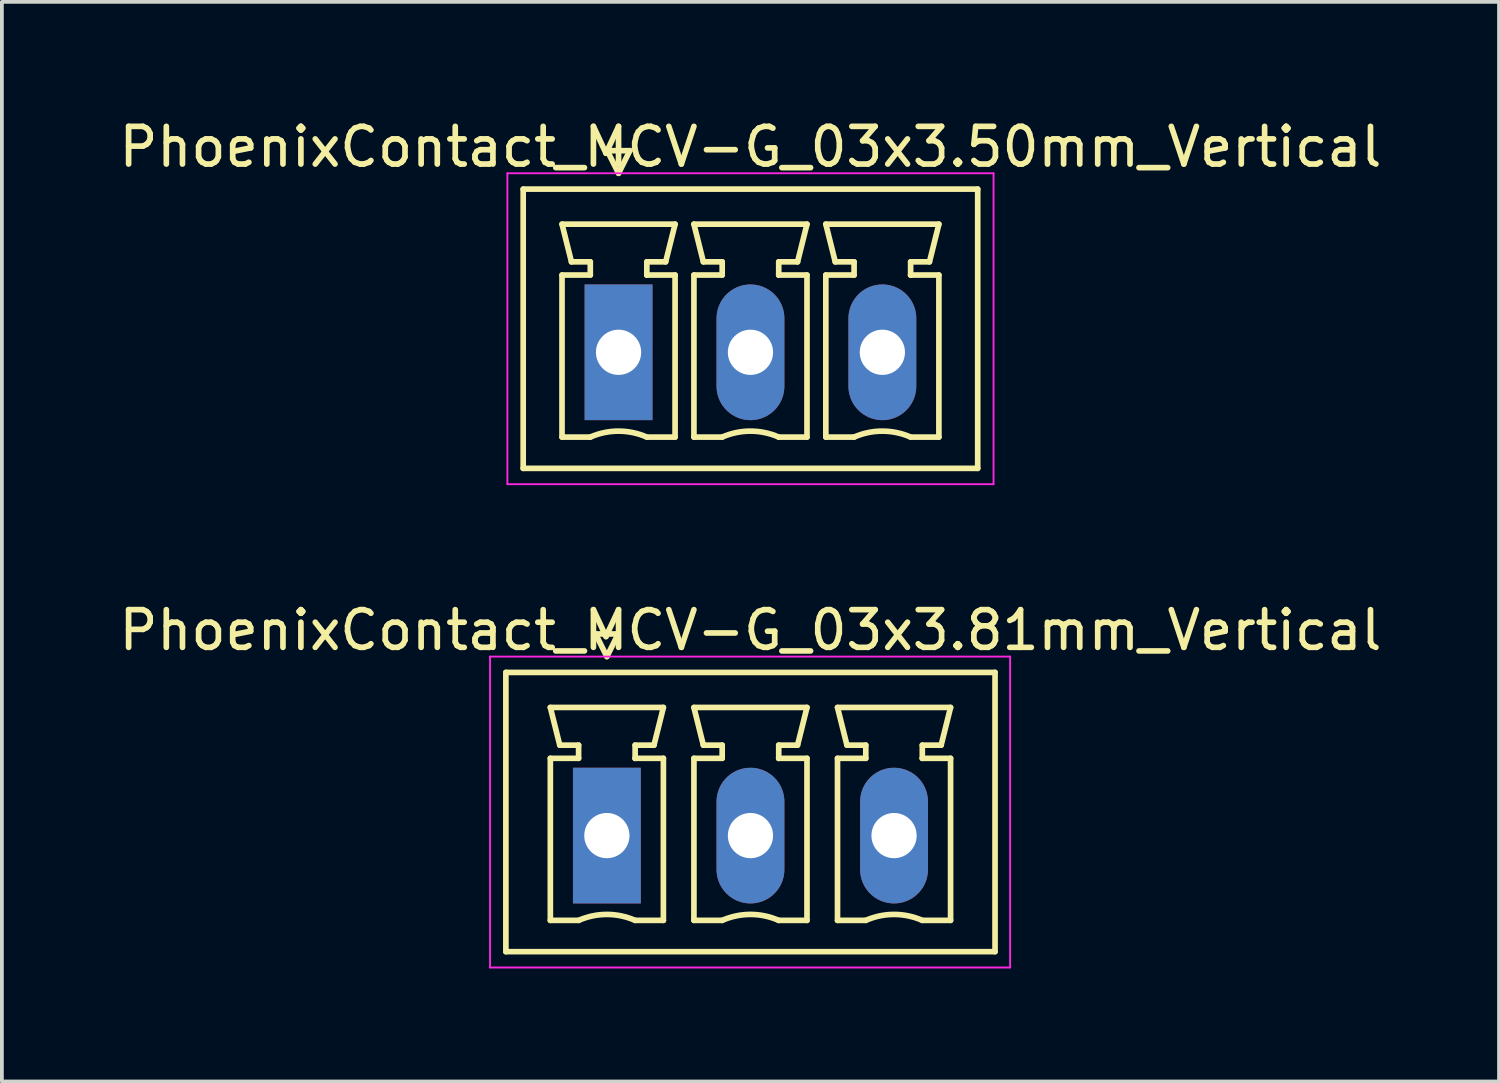
<source format=kicad_pcb>
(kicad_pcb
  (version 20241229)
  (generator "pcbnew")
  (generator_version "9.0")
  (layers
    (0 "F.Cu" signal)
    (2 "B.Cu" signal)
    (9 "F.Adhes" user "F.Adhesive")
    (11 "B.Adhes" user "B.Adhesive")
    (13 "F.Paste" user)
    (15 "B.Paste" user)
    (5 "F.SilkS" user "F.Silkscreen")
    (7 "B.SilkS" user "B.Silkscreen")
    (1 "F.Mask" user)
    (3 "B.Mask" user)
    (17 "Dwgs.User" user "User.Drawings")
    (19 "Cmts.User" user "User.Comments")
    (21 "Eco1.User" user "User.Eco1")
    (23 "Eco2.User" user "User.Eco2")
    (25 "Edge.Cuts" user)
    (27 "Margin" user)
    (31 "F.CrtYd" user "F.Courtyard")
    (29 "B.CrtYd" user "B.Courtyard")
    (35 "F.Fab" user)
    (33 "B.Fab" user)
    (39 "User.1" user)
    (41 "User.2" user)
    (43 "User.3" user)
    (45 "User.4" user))
  (footprint "PhoenixContact_MCV-G_03x3.81mm_Vertical"
    (layer "F.Cu")
    (at 13.053 19.122)
    (property "Reference" "PhoenixContact_MCV-G_03x3.81mm_Vertical" (at 3.81 -5.45 0) (layer "F.SilkS") (effects (font (size 1 1) (thickness 0.15))))
    (attr through_hole)
    (fp_line (start -2.68 -4.33) (end -2.68 3.08) (stroke (width 0.15) (type solid)) (layer "F.SilkS"))
    (fp_line (start -2.68 3.08) (end 10.3 3.08) (stroke (width 0.15) (type solid)) (layer "F.SilkS"))
    (fp_line (start -1.5 -3.4) (end 1.5 -3.4) (stroke (width 0.15) (type solid)) (layer "F.SilkS"))
    (fp_line (start -1.5 -2.05) (end -0.75 -2.05) (stroke (width 0.15) (type solid)) (layer "F.SilkS"))
    (fp_line (start -1.5 2.25) (end -1.5 -2.05) (stroke (width 0.15) (type solid)) (layer "F.SilkS"))
    (fp_line (start -1.25 -2.4) (end -1.5 -3.4) (stroke (width 0.15) (type solid)) (layer "F.SilkS"))
    (fp_line (start -0.75 -2.4) (end -1.25 -2.4) (stroke (width 0.15) (type solid)) (layer "F.SilkS"))
    (fp_line (start -0.75 -2.05) (end -0.75 -2.4) (stroke (width 0.15) (type solid)) (layer "F.SilkS"))
    (fp_line (start -0.75 2.25) (end -1.5 2.25) (stroke (width 0.15) (type solid)) (layer "F.SilkS"))
    (fp_line (start -0.3 -5.35) (end 0 -4.75) (stroke (width 0.15) (type solid)) (layer "F.SilkS"))
    (fp_line (start 0 -4.75) (end 0.3 -5.35) (stroke (width 0.15) (type solid)) (layer "F.SilkS"))
    (fp_line (start 0.3 -5.35) (end -0.3 -5.35) (stroke (width 0.15) (type solid)) (layer "F.SilkS"))
    (fp_line (start 0.75 -2.4) (end 0.75 -2.05) (stroke (width 0.15) (type solid)) (layer "F.SilkS"))
    (fp_line (start 0.75 -2.05) (end 0.75 -2.05) (stroke (width 0.15) (type solid)) (layer "F.SilkS"))
    (fp_line (start 0.75 -2.05) (end 1.5 -2.05) (stroke (width 0.15) (type solid)) (layer "F.SilkS"))
    (fp_line (start 1.25 -2.4) (end 0.75 -2.4) (stroke (width 0.15) (type solid)) (layer "F.SilkS"))
    (fp_line (start 1.5 -3.4) (end 1.25 -2.4) (stroke (width 0.15) (type solid)) (layer "F.SilkS"))
    (fp_line (start 1.5 -2.05) (end 1.5 2.25) (stroke (width 0.15) (type solid)) (layer "F.SilkS"))
    (fp_line (start 1.5 2.25) (end 0.75 2.25) (stroke (width 0.15) (type solid)) (layer "F.SilkS"))
    (fp_line (start 2.31 -3.4) (end 5.31 -3.4) (stroke (width 0.15) (type solid)) (layer "F.SilkS"))
    (fp_line (start 2.31 -2.05) (end 3.06 -2.05) (stroke (width 0.15) (type solid)) (layer "F.SilkS"))
    (fp_line (start 2.31 2.25) (end 2.31 -2.05) (stroke (width 0.15) (type solid)) (layer "F.SilkS"))
    (fp_line (start 2.56 -2.4) (end 2.31 -3.4) (stroke (width 0.15) (type solid)) (layer "F.SilkS"))
    (fp_line (start 3.06 -2.4) (end 2.56 -2.4) (stroke (width 0.15) (type solid)) (layer "F.SilkS"))
    (fp_line (start 3.06 -2.05) (end 3.06 -2.4) (stroke (width 0.15) (type solid)) (layer "F.SilkS"))
    (fp_line (start 3.06 2.25) (end 2.31 2.25) (stroke (width 0.15) (type solid)) (layer "F.SilkS"))
    (fp_line (start 4.56 -2.4) (end 4.56 -2.05) (stroke (width 0.15) (type solid)) (layer "F.SilkS"))
    (fp_line (start 4.56 -2.05) (end 4.56 -2.05) (stroke (width 0.15) (type solid)) (layer "F.SilkS"))
    (fp_line (start 4.56 -2.05) (end 5.31 -2.05) (stroke (width 0.15) (type solid)) (layer "F.SilkS"))
    (fp_line (start 5.06 -2.4) (end 4.56 -2.4) (stroke (width 0.15) (type solid)) (layer "F.SilkS"))
    (fp_line (start 5.31 -3.4) (end 5.06 -2.4) (stroke (width 0.15) (type solid)) (layer "F.SilkS"))
    (fp_line (start 5.31 -2.05) (end 5.31 2.25) (stroke (width 0.15) (type solid)) (layer "F.SilkS"))
    (fp_line (start 5.31 2.25) (end 4.56 2.25) (stroke (width 0.15) (type solid)) (layer "F.SilkS"))
    (fp_line (start 6.12 -3.4) (end 9.12 -3.4) (stroke (width 0.15) (type solid)) (layer "F.SilkS"))
    (fp_line (start 6.12 -2.05) (end 6.87 -2.05) (stroke (width 0.15) (type solid)) (layer "F.SilkS"))
    (fp_line (start 6.12 2.25) (end 6.12 -2.05) (stroke (width 0.15) (type solid)) (layer "F.SilkS"))
    (fp_line (start 6.37 -2.4) (end 6.12 -3.4) (stroke (width 0.15) (type solid)) (layer "F.SilkS"))
    (fp_line (start 6.87 -2.4) (end 6.37 -2.4) (stroke (width 0.15) (type solid)) (layer "F.SilkS"))
    (fp_line (start 6.87 -2.05) (end 6.87 -2.4) (stroke (width 0.15) (type solid)) (layer "F.SilkS"))
    (fp_line (start 6.87 2.25) (end 6.12 2.25) (stroke (width 0.15) (type solid)) (layer "F.SilkS"))
    (fp_line (start 8.37 -2.4) (end 8.37 -2.05) (stroke (width 0.15) (type solid)) (layer "F.SilkS"))
    (fp_line (start 8.37 -2.05) (end 8.37 -2.05) (stroke (width 0.15) (type solid)) (layer "F.SilkS"))
    (fp_line (start 8.37 -2.05) (end 9.12 -2.05) (stroke (width 0.15) (type solid)) (layer "F.SilkS"))
    (fp_line (start 8.87 -2.4) (end 8.37 -2.4) (stroke (width 0.15) (type solid)) (layer "F.SilkS"))
    (fp_line (start 9.12 -3.4) (end 8.87 -2.4) (stroke (width 0.15) (type solid)) (layer "F.SilkS"))
    (fp_line (start 9.12 -2.05) (end 9.12 2.25) (stroke (width 0.15) (type solid)) (layer "F.SilkS"))
    (fp_line (start 9.12 2.25) (end 8.37 2.25) (stroke (width 0.15) (type solid)) (layer "F.SilkS"))
    (fp_line (start 10.3 -4.33) (end -2.68 -4.33) (stroke (width 0.15) (type solid)) (layer "F.SilkS"))
    (fp_line (start 10.3 3.08) (end 10.3 -4.33) (stroke (width 0.15) (type solid)) (layer "F.SilkS"))
    (fp_arc (start -0.75 2.25) (mid -0.000193 2.09191) (end 0.749647 2.249844) (stroke (width 0.15) (type solid)) (layer "F.SilkS"))
    (fp_arc (start 3.06 2.25) (mid 3.809807 2.09191) (end 4.559647 2.249844) (stroke (width 0.15) (type solid)) (layer "F.SilkS"))
    (fp_arc (start 6.87 2.25) (mid 7.619807 2.09191) (end 8.369647 2.249844) (stroke (width 0.15) (type solid)) (layer "F.SilkS"))
    (fp_line (start -3.1 -4.75) (end -3.1 3.5) (stroke (width 0.05) (type solid)) (layer "F.CrtYd"))
    (fp_line (start -3.1 3.5) (end 10.7 3.5) (stroke (width 0.05) (type solid)) (layer "F.CrtYd"))
    (fp_line (start 10.7 -4.75) (end -3.1 -4.75) (stroke (width 0.05) (type solid)) (layer "F.CrtYd"))
    (fp_line (start 10.7 3.5) (end 10.7 -4.75) (stroke (width 0.05) (type solid)) (layer "F.CrtYd"))
    (pad "1" thru_hole rect (at 0 0) (size 1.8 3.6) (drill 1.2) (layers "*.Cu" "*.Mask"))
    (pad "2" thru_hole oval (at 3.81 0) (size 1.8 3.6) (drill 1.2) (layers "*.Cu" "*.Mask"))
    (pad "3" thru_hole oval (at 7.62 0) (size 1.8 3.6) (drill 1.2) (layers "*.Cu" "*.Mask")))
  (footprint "PhoenixContact_MCV-G_03x3.50mm_Vertical"
    (layer "F.Cu")
    (at 13.363 6.298)
    (property "Reference" "PhoenixContact_MCV-G_03x3.50mm_Vertical" (at 3.5 -5.45 0) (layer "F.SilkS") (effects (font (size 1 1) (thickness 0.15))))
    (attr through_hole)
    (fp_line (start -2.53 -4.33) (end -2.53 3.08) (stroke (width 0.15) (type solid)) (layer "F.SilkS"))
    (fp_line (start -2.53 3.08) (end 9.53 3.08) (stroke (width 0.15) (type solid)) (layer "F.SilkS"))
    (fp_line (start -1.5 -3.4) (end 1.5 -3.4) (stroke (width 0.15) (type solid)) (layer "F.SilkS"))
    (fp_line (start -1.5 -2.05) (end -0.75 -2.05) (stroke (width 0.15) (type solid)) (layer "F.SilkS"))
    (fp_line (start -1.5 2.25) (end -1.5 -2.05) (stroke (width 0.15) (type solid)) (layer "F.SilkS"))
    (fp_line (start -1.25 -2.4) (end -1.5 -3.4) (stroke (width 0.15) (type solid)) (layer "F.SilkS"))
    (fp_line (start -0.75 -2.4) (end -1.25 -2.4) (stroke (width 0.15) (type solid)) (layer "F.SilkS"))
    (fp_line (start -0.75 -2.05) (end -0.75 -2.4) (stroke (width 0.15) (type solid)) (layer "F.SilkS"))
    (fp_line (start -0.75 2.25) (end -1.5 2.25) (stroke (width 0.15) (type solid)) (layer "F.SilkS"))
    (fp_line (start -0.3 -5.35) (end 0 -4.75) (stroke (width 0.15) (type solid)) (layer "F.SilkS"))
    (fp_line (start 0 -4.75) (end 0.3 -5.35) (stroke (width 0.15) (type solid)) (layer "F.SilkS"))
    (fp_line (start 0.3 -5.35) (end -0.3 -5.35) (stroke (width 0.15) (type solid)) (layer "F.SilkS"))
    (fp_line (start 0.75 -2.4) (end 0.75 -2.05) (stroke (width 0.15) (type solid)) (layer "F.SilkS"))
    (fp_line (start 0.75 -2.05) (end 0.75 -2.05) (stroke (width 0.15) (type solid)) (layer "F.SilkS"))
    (fp_line (start 0.75 -2.05) (end 1.5 -2.05) (stroke (width 0.15) (type solid)) (layer "F.SilkS"))
    (fp_line (start 1.25 -2.4) (end 0.75 -2.4) (stroke (width 0.15) (type solid)) (layer "F.SilkS"))
    (fp_line (start 1.5 -3.4) (end 1.25 -2.4) (stroke (width 0.15) (type solid)) (layer "F.SilkS"))
    (fp_line (start 1.5 -2.05) (end 1.5 2.25) (stroke (width 0.15) (type solid)) (layer "F.SilkS"))
    (fp_line (start 1.5 2.25) (end 0.75 2.25) (stroke (width 0.15) (type solid)) (layer "F.SilkS"))
    (fp_line (start 2 -3.4) (end 5 -3.4) (stroke (width 0.15) (type solid)) (layer "F.SilkS"))
    (fp_line (start 2 -2.05) (end 2.75 -2.05) (stroke (width 0.15) (type solid)) (layer "F.SilkS"))
    (fp_line (start 2 2.25) (end 2 -2.05) (stroke (width 0.15) (type solid)) (layer "F.SilkS"))
    (fp_line (start 2.25 -2.4) (end 2 -3.4) (stroke (width 0.15) (type solid)) (layer "F.SilkS"))
    (fp_line (start 2.75 -2.4) (end 2.25 -2.4) (stroke (width 0.15) (type solid)) (layer "F.SilkS"))
    (fp_line (start 2.75 -2.05) (end 2.75 -2.4) (stroke (width 0.15) (type solid)) (layer "F.SilkS"))
    (fp_line (start 2.75 2.25) (end 2 2.25) (stroke (width 0.15) (type solid)) (layer "F.SilkS"))
    (fp_line (start 4.25 -2.4) (end 4.25 -2.05) (stroke (width 0.15) (type solid)) (layer "F.SilkS"))
    (fp_line (start 4.25 -2.05) (end 4.25 -2.05) (stroke (width 0.15) (type solid)) (layer "F.SilkS"))
    (fp_line (start 4.25 -2.05) (end 5 -2.05) (stroke (width 0.15) (type solid)) (layer "F.SilkS"))
    (fp_line (start 4.75 -2.4) (end 4.25 -2.4) (stroke (width 0.15) (type solid)) (layer "F.SilkS"))
    (fp_line (start 5 -3.4) (end 4.75 -2.4) (stroke (width 0.15) (type solid)) (layer "F.SilkS"))
    (fp_line (start 5 -2.05) (end 5 2.25) (stroke (width 0.15) (type solid)) (layer "F.SilkS"))
    (fp_line (start 5 2.25) (end 4.25 2.25) (stroke (width 0.15) (type solid)) (layer "F.SilkS"))
    (fp_line (start 5.5 -3.4) (end 8.5 -3.4) (stroke (width 0.15) (type solid)) (layer "F.SilkS"))
    (fp_line (start 5.5 -2.05) (end 6.25 -2.05) (stroke (width 0.15) (type solid)) (layer "F.SilkS"))
    (fp_line (start 5.5 2.25) (end 5.5 -2.05) (stroke (width 0.15) (type solid)) (layer "F.SilkS"))
    (fp_line (start 5.75 -2.4) (end 5.5 -3.4) (stroke (width 0.15) (type solid)) (layer "F.SilkS"))
    (fp_line (start 6.25 -2.4) (end 5.75 -2.4) (stroke (width 0.15) (type solid)) (layer "F.SilkS"))
    (fp_line (start 6.25 -2.05) (end 6.25 -2.4) (stroke (width 0.15) (type solid)) (layer "F.SilkS"))
    (fp_line (start 6.25 2.25) (end 5.5 2.25) (stroke (width 0.15) (type solid)) (layer "F.SilkS"))
    (fp_line (start 7.75 -2.4) (end 7.75 -2.05) (stroke (width 0.15) (type solid)) (layer "F.SilkS"))
    (fp_line (start 7.75 -2.05) (end 7.75 -2.05) (stroke (width 0.15) (type solid)) (layer "F.SilkS"))
    (fp_line (start 7.75 -2.05) (end 8.5 -2.05) (stroke (width 0.15) (type solid)) (layer "F.SilkS"))
    (fp_line (start 8.25 -2.4) (end 7.75 -2.4) (stroke (width 0.15) (type solid)) (layer "F.SilkS"))
    (fp_line (start 8.5 -3.4) (end 8.25 -2.4) (stroke (width 0.15) (type solid)) (layer "F.SilkS"))
    (fp_line (start 8.5 -2.05) (end 8.5 2.25) (stroke (width 0.15) (type solid)) (layer "F.SilkS"))
    (fp_line (start 8.5 2.25) (end 7.75 2.25) (stroke (width 0.15) (type solid)) (layer "F.SilkS"))
    (fp_line (start 9.53 -4.33) (end -2.53 -4.33) (stroke (width 0.15) (type solid)) (layer "F.SilkS"))
    (fp_line (start 9.53 3.08) (end 9.53 -4.33) (stroke (width 0.15) (type solid)) (layer "F.SilkS"))
    (fp_arc (start -0.75 2.25) (mid -0.000193 2.09191) (end 0.749647 2.249844) (stroke (width 0.15) (type solid)) (layer "F.SilkS"))
    (fp_arc (start 2.75 2.25) (mid 3.499807 2.09191) (end 4.249647 2.249844) (stroke (width 0.15) (type solid)) (layer "F.SilkS"))
    (fp_arc (start 6.25 2.25) (mid 6.999807 2.09191) (end 7.749647 2.249844) (stroke (width 0.15) (type solid)) (layer "F.SilkS"))
    (fp_line (start -2.95 -4.75) (end -2.95 3.5) (stroke (width 0.05) (type solid)) (layer "F.CrtYd"))
    (fp_line (start -2.95 3.5) (end 9.95 3.5) (stroke (width 0.05) (type solid)) (layer "F.CrtYd"))
    (fp_line (start 9.95 -4.75) (end -2.95 -4.75) (stroke (width 0.05) (type solid)) (layer "F.CrtYd"))
    (fp_line (start 9.95 3.5) (end 9.95 -4.75) (stroke (width 0.05) (type solid)) (layer "F.CrtYd"))
    (pad "1" thru_hole rect (at 0 0) (size 1.8 3.6) (drill 1.2) (layers "*.Cu" "*.Mask"))
    (pad "2" thru_hole oval (at 3.5 0) (size 1.8 3.6) (drill 1.2) (layers "*.Cu" "*.Mask"))
    (pad "3" thru_hole oval (at 7 0) (size 1.8 3.6) (drill 1.2) (layers "*.Cu" "*.Mask")))
  (gr_rect
    (start -3 -3)
    (end 36.726 25.646)
    (stroke (width 0.1) (type default))
    (fill no)
    (layer "Edge.Cuts")))
</source>
